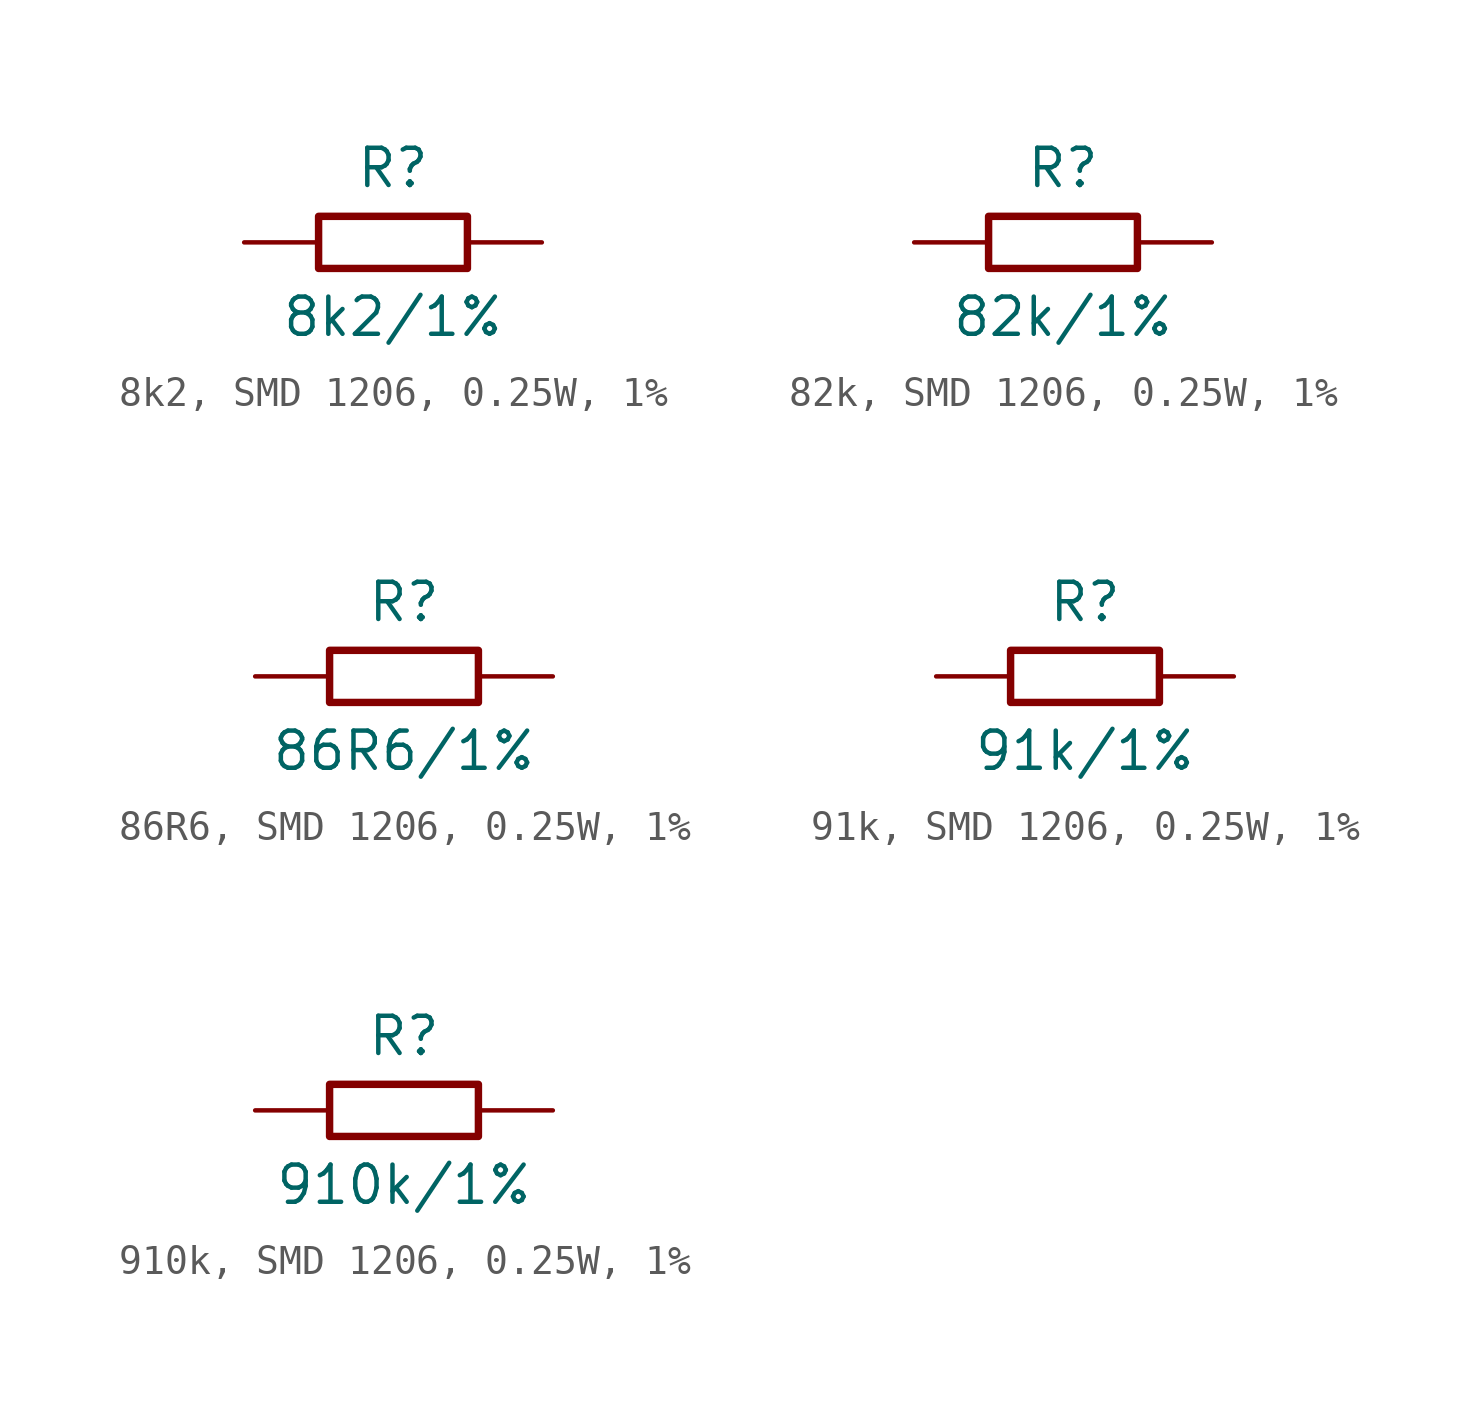
<source format=kicad_sym>
(kicad_symbol_lib
  (version 20220914)
  (generator kicad_symbol_editor)
  (symbol "8k2, SMD 1206, 0.25W, 1%"
    (pin_numbers hide)
    (pin_names
      (offset 0) hide)
    (property "Reference" "R"
      (at 0 2.54 0)
      (effects (font (size 1.27 1.27))))
    (property "Value" "8k2/1%"
      (at 0 -2.54 0)
      (effects (font (size 1.27 1.27))))
    (symbol "8k2, SMD 1206, 0.25W, 1%_0_1"
      (rectangle (start -2.54 0.889) (end 2.54 -0.889) (stroke (width 0.254) (type default)) (fill (type none))))
    (symbol "8k2, SMD 1206, 0.25W, 1%_1_1"
      (pin passive line (at -5.08 0 0) (length 2.54) (name "1" (effects (font (size 1.27 1.27)))) (number "1" (effects (font (size 1.27 1.27)))))
      (pin passive line (at 5.08 0 180) (length 2.54) (name "2" (effects (font (size 1.27 1.27)))) (number "2" (effects (font (size 1.27 1.27)))))))
  (symbol "82k, SMD 1206, 0.25W, 1%"
    (pin_numbers hide)
    (pin_names
      (offset 0) hide)
    (property "Reference" "R"
      (at 0 2.54 0)
      (effects (font (size 1.27 1.27))))
    (property "Value" "82k/1%"
      (at 0 -2.54 0)
      (effects (font (size 1.27 1.27))))
    (symbol "82k, SMD 1206, 0.25W, 1%_0_1"
      (rectangle (start -2.54 0.889) (end 2.54 -0.889) (stroke (width 0.254) (type default)) (fill (type none))))
    (symbol "82k, SMD 1206, 0.25W, 1%_1_1"
      (pin passive line (at -5.08 0 0) (length 2.54) (name "1" (effects (font (size 1.27 1.27)))) (number "1" (effects (font (size 1.27 1.27)))))
      (pin passive line (at 5.08 0 180) (length 2.54) (name "2" (effects (font (size 1.27 1.27)))) (number "2" (effects (font (size 1.27 1.27)))))))
  (symbol "86R6, SMD 1206, 0.25W, 1%"
    (pin_numbers hide)
    (pin_names
      (offset 0) hide)
    (property "Reference" "R"
      (at 0 2.54 0)
      (effects (font (size 1.27 1.27))))
    (property "Value" "86R6/1%"
      (at 0 -2.54 0)
      (effects (font (size 1.27 1.27))))
    (symbol "86R6, SMD 1206, 0.25W, 1%_0_1"
      (rectangle (start -2.54 0.889) (end 2.54 -0.889) (stroke (width 0.254) (type default)) (fill (type none))))
    (symbol "86R6, SMD 1206, 0.25W, 1%_1_1"
      (pin passive line (at -5.08 0 0) (length 2.54) (name "1" (effects (font (size 1.27 1.27)))) (number "1" (effects (font (size 1.27 1.27)))))
      (pin passive line (at 5.08 0 180) (length 2.54) (name "2" (effects (font (size 1.27 1.27)))) (number "2" (effects (font (size 1.27 1.27)))))))
  (symbol "91k, SMD 1206, 0.25W, 1%"
    (pin_numbers hide)
    (pin_names
      (offset 0) hide)
    (property "Reference" "R"
      (at 0 2.54 0)
      (effects (font (size 1.27 1.27))))
    (property "Value" "91k/1%"
      (at 0 -2.54 0)
      (effects (font (size 1.27 1.27))))
    (symbol "91k, SMD 1206, 0.25W, 1%_0_1"
      (rectangle (start -2.54 0.889) (end 2.54 -0.889) (stroke (width 0.254) (type default)) (fill (type none))))
    (symbol "91k, SMD 1206, 0.25W, 1%_1_1"
      (pin passive line (at -5.08 0 0) (length 2.54) (name "1" (effects (font (size 1.27 1.27)))) (number "1" (effects (font (size 1.27 1.27)))))
      (pin passive line (at 5.08 0 180) (length 2.54) (name "2" (effects (font (size 1.27 1.27)))) (number "2" (effects (font (size 1.27 1.27)))))))
  (symbol "910k, SMD 1206, 0.25W, 1%"
    (pin_numbers hide)
    (pin_names
      (offset 0) hide)
    (property "Reference" "R"
      (at 0 2.54 0)
      (effects (font (size 1.27 1.27))))
    (property "Value" "910k/1%"
      (at 0 -2.54 0)
      (effects (font (size 1.27 1.27))))
    (symbol "910k, SMD 1206, 0.25W, 1%_0_1"
      (rectangle (start -2.54 0.889) (end 2.54 -0.889) (stroke (width 0.254) (type default)) (fill (type none))))
    (symbol "910k, SMD 1206, 0.25W, 1%_1_1"
      (pin passive line (at -5.08 0 0) (length 2.54) (name "1" (effects (font (size 1.27 1.27)))) (number "1" (effects (font (size 1.27 1.27)))))
      (pin passive line (at 5.08 0 180) (length 2.54) (name "2" (effects (font (size 1.27 1.27)))) (number "2" (effects (font (size 1.27 1.27))))))))
</source>
